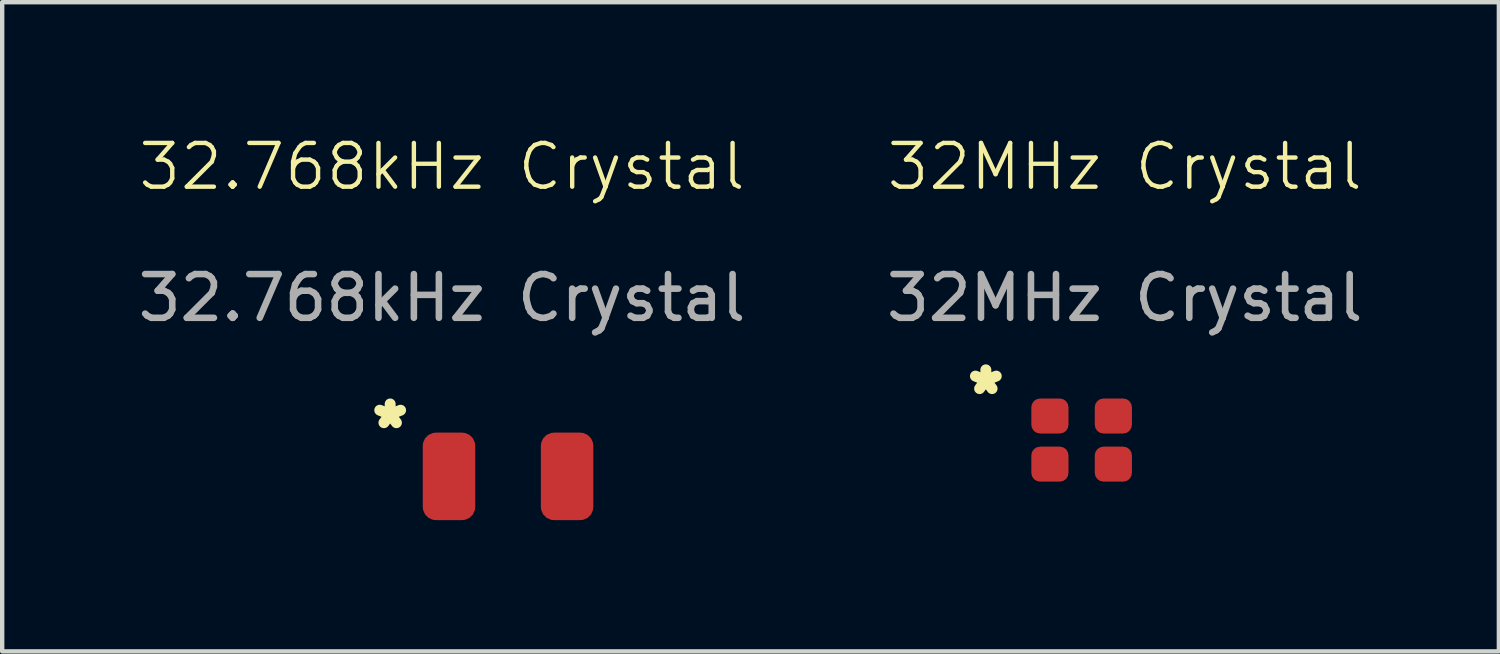
<source format=kicad_pcb>
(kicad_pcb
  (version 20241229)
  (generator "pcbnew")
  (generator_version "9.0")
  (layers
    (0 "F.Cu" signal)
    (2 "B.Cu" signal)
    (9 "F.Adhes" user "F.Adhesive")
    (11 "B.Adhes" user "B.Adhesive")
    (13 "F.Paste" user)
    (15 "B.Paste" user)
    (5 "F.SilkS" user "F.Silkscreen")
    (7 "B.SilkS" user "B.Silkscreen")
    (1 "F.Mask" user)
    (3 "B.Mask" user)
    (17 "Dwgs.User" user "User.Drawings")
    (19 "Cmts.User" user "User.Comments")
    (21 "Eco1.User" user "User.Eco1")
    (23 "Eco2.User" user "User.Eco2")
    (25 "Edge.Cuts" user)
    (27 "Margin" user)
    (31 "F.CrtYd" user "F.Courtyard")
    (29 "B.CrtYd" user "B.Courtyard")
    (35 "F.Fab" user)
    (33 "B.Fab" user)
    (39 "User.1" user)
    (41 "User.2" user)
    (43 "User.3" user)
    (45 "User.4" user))
  (footprint "32MHz Crystal"
    (layer "F.Cu")
    (at 22.691 7.16)
    (property "Reference" "32MHz Crystal" (at -0.03 -6.4 0) (unlocked yes) (layer "F.SilkS") (effects (font (size 1 1) (thickness 0.1))))
    (attr smd)
    (fp_text user "*" (at -3.75 -0.62 0) (unlocked yes) (layer "F.SilkS") (effects (font (size 1 1) (thickness 0.25) (bold yes)) (justify left bottom)))
    (fp_text user "${REFERENCE}" (at -0.03 -3.4 0) (unlocked yes) (layer "F.Fab") (effects (font (size 1 1) (thickness 0.15))))
    (pad "1" smd roundrect (at -1.74 -0.7) (size 0.85 0.8) (layers "F.Cu" "F.Mask" "F.Paste") (roundrect_rratio 0.25))
    (pad "2" smd roundrect (at -1.74 0.4) (size 0.85 0.8) (layers "F.Cu" "F.Paste") (roundrect_rratio 0.25))
    (pad "3" smd roundrect (at -0.29 0.4) (size 0.85 0.8) (layers "F.Cu" "F.Mask" "F.Paste") (roundrect_rratio 0.25))
    (pad "4" smd roundrect (at -0.29 -0.7) (size 0.85 0.8) (layers "F.Cu" "F.Mask" "F.Paste") (roundrect_rratio 0.25)))
  (footprint "32.768kHz Crystal"
    (layer "F.Cu")
    (at 7.214 7.84)
    (property "Reference" "32.768kHz Crystal" (at -0.16 -7.08 0) (unlocked yes) (layer "F.SilkS") (effects (font (size 1 1) (thickness 0.1))))
    (attr smd)
    (fp_text user "*" (at -1.89 -0.52 0) (unlocked yes) (layer "F.SilkS") (effects (font (size 1 1) (thickness 0.25) (bold yes)) (justify left bottom)))
    (fp_text user "${REFERENCE}" (at -0.16 -4.08 0) (unlocked yes) (layer "F.Fab") (effects (font (size 1 1) (thickness 0.15))))
    (pad "1" smd roundrect (at 0 0) (size 1.2 2) (layers "F.Cu" "F.Mask" "F.Paste") (roundrect_rratio 0.25))
    (pad "2" smd roundrect (at 2.7 0) (size 1.2 2) (layers "F.Cu" "F.Mask" "F.Paste") (roundrect_rratio 0.25)))
  (gr_rect
    (start -3 -3)
    (end 31.214 11.841)
    (stroke (width 0.1) (type default))
    (fill no)
    (layer "Edge.Cuts")))
</source>
